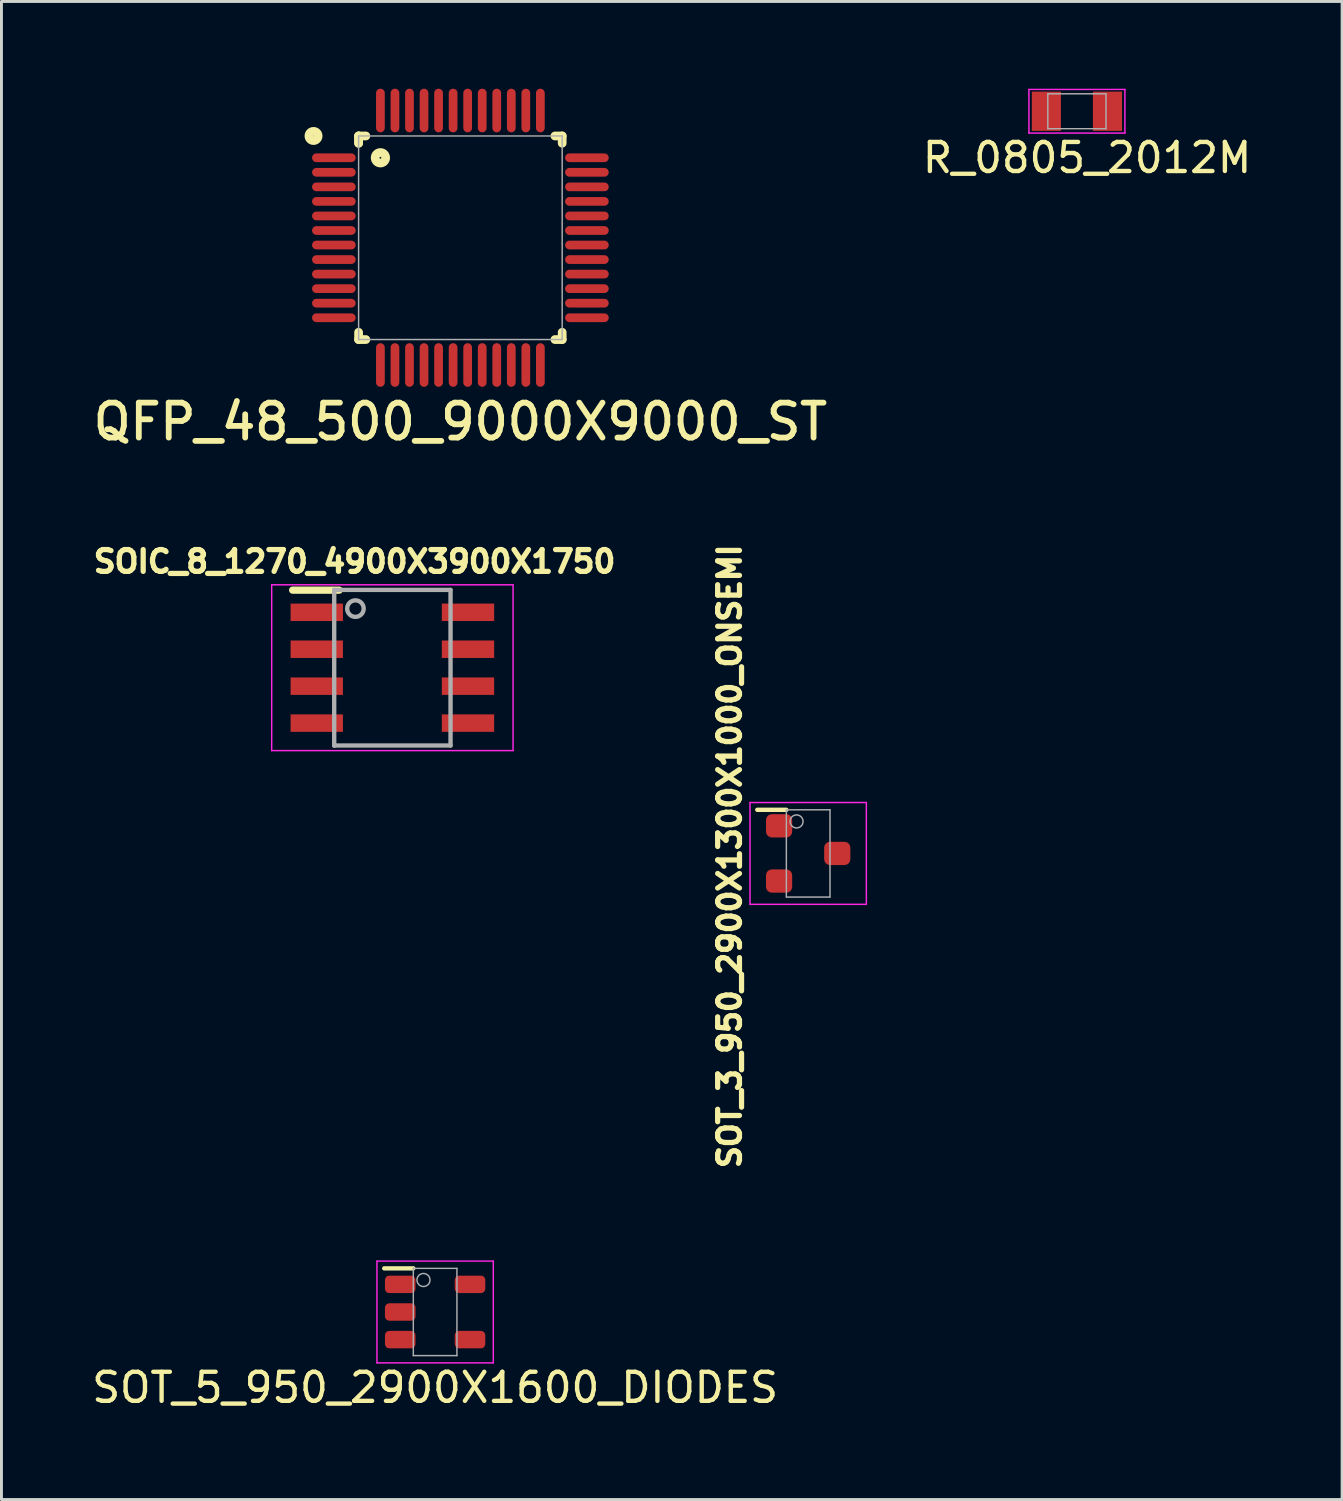
<source format=kicad_pcb>
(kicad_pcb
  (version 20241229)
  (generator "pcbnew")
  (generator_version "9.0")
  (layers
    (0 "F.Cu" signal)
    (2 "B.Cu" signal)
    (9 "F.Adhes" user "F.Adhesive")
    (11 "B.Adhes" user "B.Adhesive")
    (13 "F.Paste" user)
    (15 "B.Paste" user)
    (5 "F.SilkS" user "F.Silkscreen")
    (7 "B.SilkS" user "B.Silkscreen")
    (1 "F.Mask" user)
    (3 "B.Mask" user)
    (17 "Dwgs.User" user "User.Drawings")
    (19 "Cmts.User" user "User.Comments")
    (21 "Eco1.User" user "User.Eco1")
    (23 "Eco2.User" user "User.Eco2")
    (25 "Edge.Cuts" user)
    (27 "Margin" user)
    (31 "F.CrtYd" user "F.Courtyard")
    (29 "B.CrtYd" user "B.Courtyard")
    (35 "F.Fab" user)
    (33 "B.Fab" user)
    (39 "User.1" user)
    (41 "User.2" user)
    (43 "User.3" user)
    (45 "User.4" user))
  (footprint "SOT_3_950_2900X1300X1000_ONSEMI"
    (layer "F.Cu")
    (at 24.738 26.294)
    (property "Reference" "SOT_3_950_2900X1300X1000_ONSEMI" (at -2.7 0.1 90) (layer "F.SilkS") (effects (font (size 0.75 0.75) (thickness 0.18))))
    (attr through_hole)
    (fp_line (start -1.75 -1.5) (end -0.75 -1.5) (stroke (width 0.15) (type solid)) (layer "F.SilkS"))
    (fp_line (start -2 -1.75) (end -2 1.75) (stroke (width 0.05) (type solid)) (layer "F.CrtYd"))
    (fp_line (start -2 1.75) (end 2 1.75) (stroke (width 0.05) (type solid)) (layer "F.CrtYd"))
    (fp_line (start 2 -1.75) (end -2 -1.75) (stroke (width 0.05) (type solid)) (layer "F.CrtYd"))
    (fp_line (start 2 1.75) (end 2 -1.75) (stroke (width 0.05) (type solid)) (layer "F.CrtYd"))
    (fp_line (start -0.75 -1.5) (end -0.75 1.5) (stroke (width 0.05) (type solid)) (layer "F.Fab"))
    (fp_line (start -0.75 1.5) (end 0.75 1.5) (stroke (width 0.05) (type solid)) (layer "F.Fab"))
    (fp_line (start 0.75 -1.5) (end -0.75 -1.5) (stroke (width 0.05) (type solid)) (layer "F.Fab"))
    (fp_line (start 0.75 1.5) (end 0.75 -1.5) (stroke (width 0.05) (type solid)) (layer "F.Fab"))
    (fp_circle (center -0.4 -1.1) (end -0.176 -1.1) (stroke (width 0.05) (type solid)) (fill no) (layer "F.Fab"))
    (pad "1" smd roundrect (at -1 -0.95 90) (size 0.8 0.9) (layers "F.Cu" "F.Mask" "F.Paste") (roundrect_rratio 0.25))
    (pad "2" smd roundrect (at -1 0.95 90) (size 0.8 0.9) (layers "F.Cu" "F.Mask" "F.Paste") (roundrect_rratio 0.25))
    (pad "3" smd roundrect (at 1 0 90) (size 0.8 0.9) (layers "F.Cu" "F.Mask" "F.Paste") (roundrect_rratio 0.25)))
  (footprint "SOT_5_950_2900X1600_DIODES"
    (layer "F.Cu")
    (at 11.911 42.061)
    (property "Reference" "SOT_5_950_2900X1600_DIODES" (at 0 2.6 0) (layer "F.SilkS") (effects (font (size 1 1) (thickness 0.15))))
    (attr through_hole)
    (fp_line (start -1.75 -1.5) (end -0.75 -1.5) (stroke (width 0.15) (type solid)) (layer "F.SilkS"))
    (fp_line (start -2 -1.75) (end -2 1.75) (stroke (width 0.05) (type solid)) (layer "F.CrtYd"))
    (fp_line (start -2 1.75) (end 2 1.75) (stroke (width 0.05) (type solid)) (layer "F.CrtYd"))
    (fp_line (start 2 -1.75) (end -2 -1.75) (stroke (width 0.05) (type solid)) (layer "F.CrtYd"))
    (fp_line (start 2 1.75) (end 2 -1.75) (stroke (width 0.05) (type solid)) (layer "F.CrtYd"))
    (fp_line (start -0.75 -1.5) (end -0.75 1.5) (stroke (width 0.05) (type solid)) (layer "F.Fab"))
    (fp_line (start -0.75 1.5) (end 0.75 1.5) (stroke (width 0.05) (type solid)) (layer "F.Fab"))
    (fp_line (start 0.75 -1.5) (end -0.75 -1.5) (stroke (width 0.05) (type solid)) (layer "F.Fab"))
    (fp_line (start 0.75 1.5) (end 0.75 -1.5) (stroke (width 0.05) (type solid)) (layer "F.Fab"))
    (fp_circle (center -0.4 -1.1) (end -0.176 -1.1) (stroke (width 0.05) (type solid)) (fill no) (layer "F.Fab"))
    (pad "1" smd roundrect (at -1.2 -0.95 90) (size 0.6 1.05) (layers "F.Cu" "F.Mask" "F.Paste") (roundrect_rratio 0.25))
    (pad "2" smd roundrect (at -1.2 0 90) (size 0.6 1.05) (layers "F.Cu" "F.Mask" "F.Paste") (roundrect_rratio 0.25))
    (pad "3" smd roundrect (at -1.2 0.95 90) (size 0.6 1.05) (layers "F.Cu" "F.Mask" "F.Paste") (roundrect_rratio 0.25))
    (pad "4" smd roundrect (at 1.2 0.95 90) (size 0.6 1.05) (layers "F.Cu" "F.Mask" "F.Paste") (roundrect_rratio 0.25))
    (pad "5" smd roundrect (at 1.2 -0.95 90) (size 0.6 1.05) (layers "F.Cu" "F.Mask" "F.Paste") (roundrect_rratio 0.25)))
  (footprint "SOIC_8_1270_4900X3900X1750"
    (layer "F.Cu")
    (at 10.441 19.908)
    (property "Reference" "SOIC_8_1270_4900X3900X1750" (at -1.3 -3.65 0) (layer "F.SilkS") (effects (font (size 0.75 0.75) (thickness 0.18))))
    (attr smd)
    (fp_line (start -3.429 -2.667) (end -1.829 -2.667) (stroke (width 0.25) (type solid)) (layer "F.SilkS"))
    (fp_line (start -4.15 -2.85) (end 4.15 -2.85) (stroke (width 0.05) (type solid)) (layer "F.CrtYd"))
    (fp_line (start -4.15 2.85) (end -4.15 -2.85) (stroke (width 0.05) (type solid)) (layer "F.CrtYd"))
    (fp_line (start 4.15 -2.85) (end 4.15 2.85) (stroke (width 0.05) (type solid)) (layer "F.CrtYd"))
    (fp_line (start 4.15 2.85) (end -4.15 2.85) (stroke (width 0.05) (type solid)) (layer "F.CrtYd"))
    (fp_line (start -2 -2.675) (end -2 2.675) (stroke (width 0.15) (type solid)) (layer "F.Fab"))
    (fp_line (start -2 2.675) (end -2 2.65) (stroke (width 0.15) (type solid)) (layer "F.Fab"))
    (fp_line (start -2 2.675) (end 2 2.675) (stroke (width 0.15) (type solid)) (layer "F.Fab"))
    (fp_line (start 2 -2.675) (end -2 -2.675) (stroke (width 0.15) (type solid)) (layer "F.Fab"))
    (fp_line (start 2 2.675) (end 2 -2.675) (stroke (width 0.15) (type solid)) (layer "F.Fab"))
    (fp_circle (center -1.27 -2.032) (end -1.397 -2.286) (stroke (width 0.15) (type solid)) (fill no) (layer "F.Fab"))
    (pad "1" smd rect (at -2.6 -1.905 270) (size 0.6 1.8) (layers "F.Cu" "F.Mask" "F.Paste"))
    (pad "2" smd rect (at -2.6 -0.635 270) (size 0.6 1.8) (layers "F.Cu" "F.Mask" "F.Paste"))
    (pad "3" smd rect (at -2.6 0.635 270) (size 0.6 1.8) (layers "F.Cu" "F.Mask" "F.Paste"))
    (pad "4" smd rect (at -2.6 1.905 270) (size 0.6 1.8) (layers "F.Cu" "F.Mask" "F.Paste"))
    (pad "5" smd rect (at 2.6 1.905 270) (size 0.6 1.8) (layers "F.Cu" "F.Mask" "F.Paste"))
    (pad "6" smd rect (at 2.6 0.635 270) (size 0.6 1.8) (layers "F.Cu" "F.Mask" "F.Paste"))
    (pad "7" smd rect (at 2.6 -0.635 270) (size 0.6 1.8) (layers "F.Cu" "F.Mask" "F.Paste"))
    (pad "8" smd rect (at 2.6 -1.905 270) (size 0.6 1.8) (layers "F.Cu" "F.Mask" "F.Paste")))
  (footprint "QFP_48_500_9000X9000_ST"
    (layer "F.Cu")
    (at 12.78 5.125)
    (property "Reference" "QFP_48_500_9000X9000_ST" (at 0 6.325 0) (layer "F.SilkS") (effects (font (size 1.2 1.2) (thickness 0.2))))
    (attr through_hole)
    (fp_line (start -3.5 -3.5) (end -3.5 -3.25) (stroke (width 0.3) (type solid)) (layer "F.SilkS"))
    (fp_line (start -3.5 -3.5) (end -3.25 -3.5) (stroke (width 0.3) (type solid)) (layer "F.SilkS"))
    (fp_line (start -3.5 -3.25) (end -3.5 -3.5) (stroke (width 0.3) (type solid)) (layer "F.SilkS"))
    (fp_line (start -3.5 3.5) (end -3.5 3.25) (stroke (width 0.3) (type solid)) (layer "F.SilkS"))
    (fp_line (start -3.25 3.5) (end -3.5 3.5) (stroke (width 0.3) (type solid)) (layer "F.SilkS"))
    (fp_line (start 3.25 -3.5) (end 3.5 -3.5) (stroke (width 0.3) (type solid)) (layer "F.SilkS"))
    (fp_line (start 3.25 3.5) (end 3.5 3.5) (stroke (width 0.3) (type solid)) (layer "F.SilkS"))
    (fp_line (start 3.5 -3.5) (end 3.5 -3.25) (stroke (width 0.3) (type solid)) (layer "F.SilkS"))
    (fp_line (start 3.5 3.5) (end 3.5 3.25) (stroke (width 0.3) (type solid)) (layer "F.SilkS"))
    (fp_circle (center -5.05 -3.5) (end -5.2 -3.55) (stroke (width 0.3) (type solid)) (fill no) (layer "F.SilkS"))
    (fp_circle (center -2.75 -2.75) (end -2.9 -2.85) (stroke (width 0.3) (type solid)) (fill no) (layer "F.SilkS"))
    (fp_line (start -3.5 -3.5) (end 3.5 -3.5) (stroke (width 0.05) (type solid)) (layer "F.Fab"))
    (fp_line (start -3.5 3.5) (end -3.5 -3.5) (stroke (width 0.05) (type solid)) (layer "F.Fab"))
    (fp_line (start 3.5 -3.5) (end 3.5 3.5) (stroke (width 0.05) (type solid)) (layer "F.Fab"))
    (fp_line (start 3.5 3.5) (end -3.5 3.5) (stroke (width 0.05) (type solid)) (layer "F.Fab"))
    (pad "1" smd oval (at -4.35 -2.75) (size 1.5 0.3) (layers "F.Cu" "F.Mask" "F.Paste"))
    (pad "2" smd oval (at -4.35 -2.25) (size 1.5 0.3) (layers "F.Cu" "F.Mask" "F.Paste"))
    (pad "3" smd oval (at -4.35 -1.75) (size 1.5 0.3) (layers "F.Cu" "F.Mask" "F.Paste"))
    (pad "4" smd oval (at -4.35 -1.25) (size 1.5 0.3) (layers "F.Cu" "F.Mask" "F.Paste"))
    (pad "5" smd oval (at -4.35 -0.75) (size 1.5 0.3) (layers "F.Cu" "F.Mask" "F.Paste"))
    (pad "6" smd oval (at -4.35 -0.25) (size 1.5 0.3) (layers "F.Cu" "F.Mask" "F.Paste"))
    (pad "7" smd oval (at -4.35 0.25) (size 1.5 0.3) (layers "F.Cu" "F.Mask" "F.Paste"))
    (pad "8" smd oval (at -4.35 0.75) (size 1.5 0.3) (layers "F.Cu" "F.Mask" "F.Paste"))
    (pad "9" smd oval (at -4.35 1.25) (size 1.5 0.3) (layers "F.Cu" "F.Mask" "F.Paste"))
    (pad "10" smd oval (at -4.35 1.75) (size 1.5 0.3) (layers "F.Cu" "F.Mask" "F.Paste"))
    (pad "11" smd oval (at -4.35 2.25) (size 1.5 0.3) (layers "F.Cu" "F.Mask" "F.Paste"))
    (pad "12" smd oval (at -4.35 2.75) (size 1.5 0.3) (layers "F.Cu" "F.Mask" "F.Paste"))
    (pad "13" smd oval (at -2.75 4.375) (size 0.3 1.5) (layers "F.Cu" "F.Mask" "F.Paste"))
    (pad "14" smd oval (at -2.25 4.375) (size 0.3 1.5) (layers "F.Cu" "F.Mask" "F.Paste"))
    (pad "15" smd oval (at -1.75 4.375) (size 0.3 1.5) (layers "F.Cu" "F.Mask" "F.Paste"))
    (pad "16" smd oval (at -1.25 4.375) (size 0.3 1.5) (layers "F.Cu" "F.Mask" "F.Paste"))
    (pad "17" smd oval (at -0.75 4.375) (size 0.3 1.5) (layers "F.Cu" "F.Mask" "F.Paste"))
    (pad "18" smd oval (at -0.25 4.375) (size 0.3 1.5) (layers "F.Cu" "F.Mask" "F.Paste"))
    (pad "19" smd oval (at 0.25 4.375) (size 0.3 1.5) (layers "F.Cu" "F.Mask" "F.Paste"))
    (pad "20" smd oval (at 0.75 4.375) (size 0.3 1.5) (layers "F.Cu" "F.Mask" "F.Paste"))
    (pad "21" smd oval (at 1.25 4.375) (size 0.3 1.5) (layers "F.Cu" "F.Mask" "F.Paste"))
    (pad "22" smd oval (at 1.75 4.375) (size 0.3 1.5) (layers "F.Cu" "F.Mask" "F.Paste"))
    (pad "23" smd oval (at 2.25 4.375) (size 0.3 1.5) (layers "F.Cu" "F.Mask" "F.Paste"))
    (pad "24" smd oval (at 2.75 4.375) (size 0.3 1.5) (layers "F.Cu" "F.Mask" "F.Paste"))
    (pad "25" smd oval (at 4.35 2.75) (size 1.5 0.3) (layers "F.Cu" "F.Mask" "F.Paste"))
    (pad "26" smd oval (at 4.35 2.25) (size 1.5 0.3) (layers "F.Cu" "F.Mask" "F.Paste"))
    (pad "27" smd oval (at 4.35 1.75) (size 1.5 0.3) (layers "F.Cu" "F.Mask" "F.Paste"))
    (pad "28" smd oval (at 4.35 1.25) (size 1.5 0.3) (layers "F.Cu" "F.Mask" "F.Paste"))
    (pad "29" smd oval (at 4.35 0.75) (size 1.5 0.3) (layers "F.Cu" "F.Mask" "F.Paste"))
    (pad "30" smd oval (at 4.35 0.25) (size 1.5 0.3) (layers "F.Cu" "F.Mask" "F.Paste"))
    (pad "31" smd oval (at 4.35 -0.25) (size 1.5 0.3) (layers "F.Cu" "F.Mask" "F.Paste"))
    (pad "32" smd oval (at 4.35 -0.75) (size 1.5 0.3) (layers "F.Cu" "F.Mask" "F.Paste"))
    (pad "33" smd oval (at 4.35 -1.25) (size 1.5 0.3) (layers "F.Cu" "F.Mask" "F.Paste"))
    (pad "34" smd oval (at 4.35 -1.75) (size 1.5 0.3) (layers "F.Cu" "F.Mask" "F.Paste"))
    (pad "35" smd oval (at 4.35 -2.25) (size 1.5 0.3) (layers "F.Cu" "F.Mask" "F.Paste"))
    (pad "36" smd oval (at 4.35 -2.75) (size 1.5 0.3) (layers "F.Cu" "F.Mask" "F.Paste"))
    (pad "37" smd oval (at 2.75 -4.375) (size 0.3 1.5) (layers "F.Cu" "F.Mask" "F.Paste"))
    (pad "38" smd oval (at 2.25 -4.375) (size 0.3 1.5) (layers "F.Cu" "F.Mask" "F.Paste"))
    (pad "39" smd oval (at 1.75 -4.375) (size 0.3 1.5) (layers "F.Cu" "F.Mask" "F.Paste"))
    (pad "40" smd oval (at 1.25 -4.375) (size 0.3 1.5) (layers "F.Cu" "F.Mask" "F.Paste"))
    (pad "41" smd oval (at 0.75 -4.375) (size 0.3 1.5) (layers "F.Cu" "F.Mask" "F.Paste"))
    (pad "42" smd oval (at 0.25 -4.375) (size 0.3 1.5) (layers "F.Cu" "F.Mask" "F.Paste"))
    (pad "43" smd oval (at -0.25 -4.375) (size 0.3 1.5) (layers "F.Cu" "F.Mask" "F.Paste"))
    (pad "44" smd oval (at -0.75 -4.375) (size 0.3 1.5) (layers "F.Cu" "F.Mask" "F.Paste"))
    (pad "45" smd oval (at -1.25 -4.375) (size 0.3 1.5) (layers "F.Cu" "F.Mask" "F.Paste"))
    (pad "46" smd oval (at -1.75 -4.375) (size 0.3 1.5) (layers "F.Cu" "F.Mask" "F.Paste"))
    (pad "47" smd oval (at -2.25 -4.375) (size 0.3 1.5) (layers "F.Cu" "F.Mask" "F.Paste"))
    (pad "48" smd oval (at -2.75 -4.375) (size 0.3 1.5) (layers "F.Cu" "F.Mask" "F.Paste")))
  (footprint "R_0805_2012M"
    (layer "F.Cu")
    (at 33.978 0.775)
    (property "Reference" "R_0805_2012M" (at 0.35 1.6 0) (layer "F.SilkS") (effects (font (size 1 1) (thickness 0.15))))
    (attr through_hole)
    (fp_line (start -1.65 -0.75) (end -1.65 0.75) (stroke (width 0.05) (type solid)) (layer "F.CrtYd"))
    (fp_line (start -1.65 0.75) (end 1.65 0.75) (stroke (width 0.05) (type solid)) (layer "F.CrtYd"))
    (fp_line (start 1.65 -0.75) (end -1.65 -0.75) (stroke (width 0.05) (type solid)) (layer "F.CrtYd"))
    (fp_line (start 1.65 0.75) (end 1.65 -0.75) (stroke (width 0.05) (type solid)) (layer "F.CrtYd"))
    (fp_line (start -1 -0.6) (end 1 -0.6) (stroke (width 0.05) (type solid)) (layer "F.Fab"))
    (fp_line (start -1 0.6) (end -1 -0.6) (stroke (width 0.05) (type solid)) (layer "F.Fab"))
    (fp_line (start 1 -0.6) (end 1 0.6) (stroke (width 0.05) (type solid)) (layer "F.Fab"))
    (fp_line (start 1 0.6) (end -1 0.6) (stroke (width 0.05) (type solid)) (layer "F.Fab"))
    (pad "1" smd rect (at -1.05 0) (size 1 1.35) (layers "F.Cu" "F.Mask" "F.Paste"))
    (pad "2" smd rect (at 1.05 0) (size 1 1.35) (layers "F.Cu" "F.Mask" "F.Paste")))
  (gr_rect
    (start -3 -3)
    (end 43.096 48.509)
    (stroke (width 0.1) (type default))
    (fill no)
    (layer "Edge.Cuts")))
</source>
